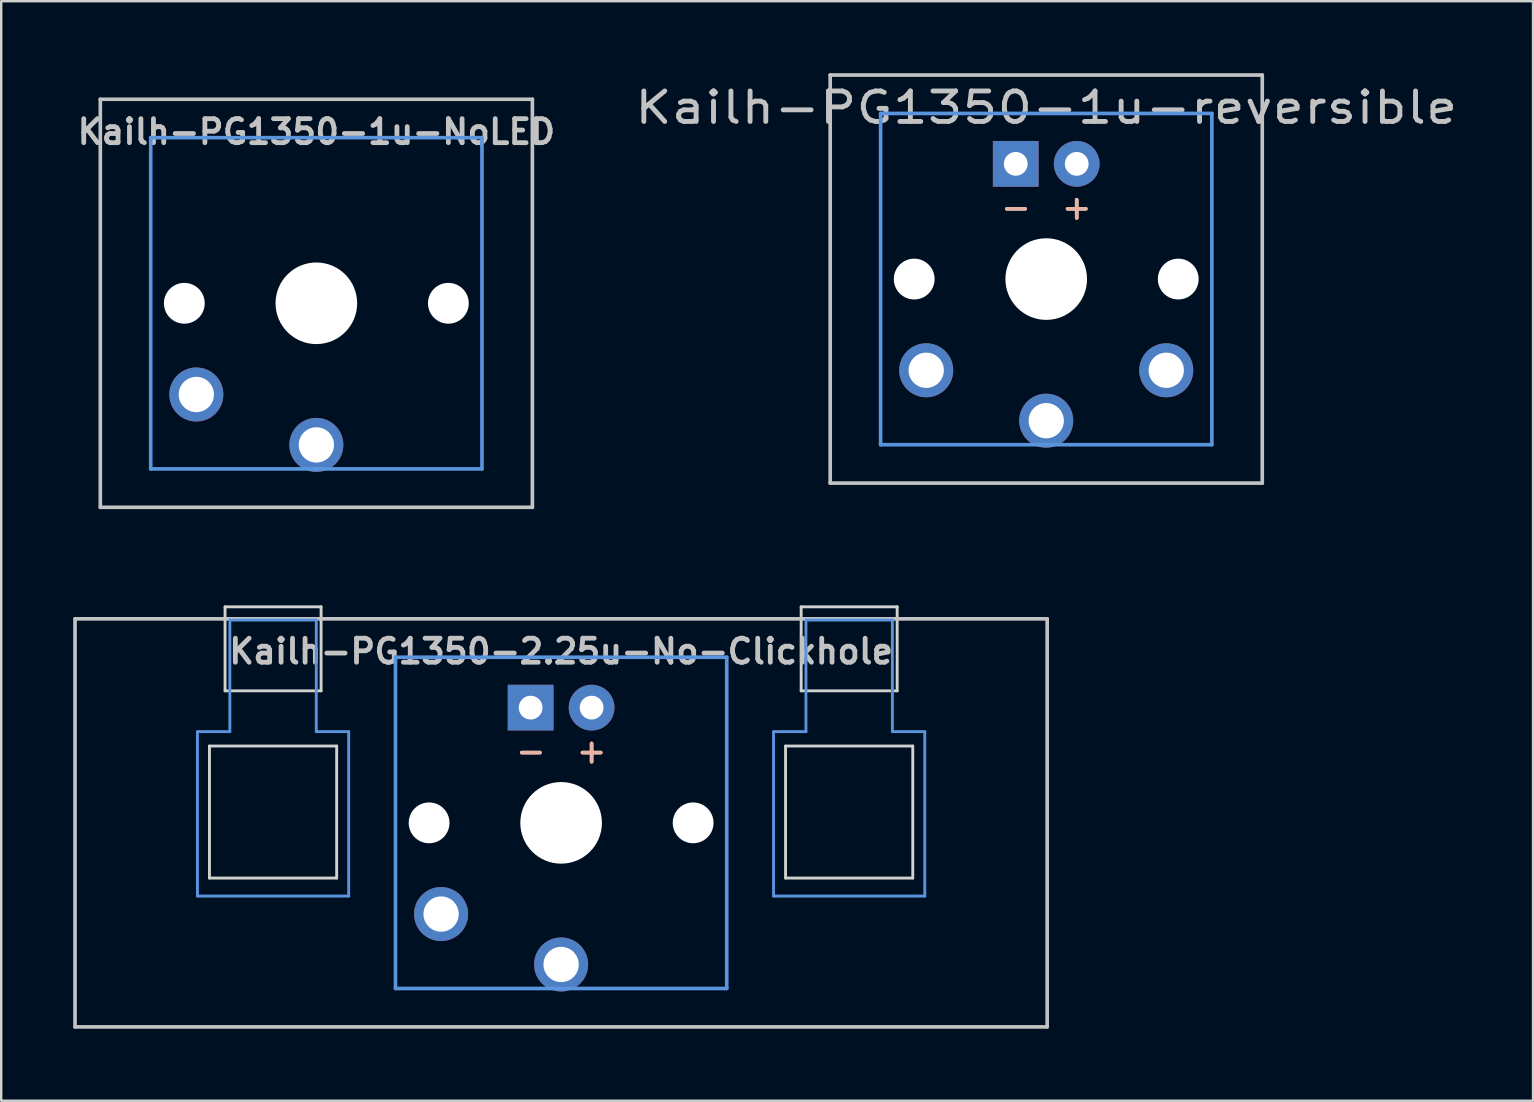
<source format=kicad_pcb>
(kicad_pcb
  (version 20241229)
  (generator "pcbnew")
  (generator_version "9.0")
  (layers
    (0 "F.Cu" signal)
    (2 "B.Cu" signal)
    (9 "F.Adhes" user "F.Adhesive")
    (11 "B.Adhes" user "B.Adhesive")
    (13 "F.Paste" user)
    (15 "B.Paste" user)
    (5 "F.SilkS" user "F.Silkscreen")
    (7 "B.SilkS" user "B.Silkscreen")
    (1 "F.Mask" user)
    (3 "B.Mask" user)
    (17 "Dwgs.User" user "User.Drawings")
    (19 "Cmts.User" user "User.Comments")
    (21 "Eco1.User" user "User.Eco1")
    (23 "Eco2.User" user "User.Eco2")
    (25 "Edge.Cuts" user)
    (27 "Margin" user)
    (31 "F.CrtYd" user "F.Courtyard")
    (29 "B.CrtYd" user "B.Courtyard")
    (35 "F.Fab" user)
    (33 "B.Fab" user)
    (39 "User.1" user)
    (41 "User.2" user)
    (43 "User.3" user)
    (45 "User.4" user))
  (footprint "Kailh-PG1350-1u-NoLED"
    (layer "F.Cu")
    (at 10.129 9.585)
    (property "Reference" "Kailh-PG1350-1u-NoLED" (at 0 -7.144 180) (layer "Dwgs.User") (effects (font (size 1 1) (thickness 0.2))))
    (attr through_hole)
    (fp_line (start -9 -8.5) (end 9 -8.5) (stroke (width 0.152) (type solid)) (layer "Dwgs.User"))
    (fp_line (start -9 8.5) (end -9 -8.5) (stroke (width 0.152) (type solid)) (layer "Dwgs.User"))
    (fp_line (start 9 -8.5) (end 9 8.5) (stroke (width 0.152) (type solid)) (layer "Dwgs.User"))
    (fp_line (start 9 8.5) (end -9 8.5) (stroke (width 0.152) (type solid)) (layer "Dwgs.User"))
    (fp_line (start -6.9 -6.9) (end 6.9 -6.9) (stroke (width 0.152) (type solid)) (layer "Cmts.User"))
    (fp_line (start -6.9 6.9) (end -6.9 -6.9) (stroke (width 0.152) (type solid)) (layer "Cmts.User"))
    (fp_line (start 6.9 -6.9) (end 6.9 6.9) (stroke (width 0.152) (type solid)) (layer "Cmts.User"))
    (fp_line (start 6.9 6.9) (end -6.9 6.9) (stroke (width 0.152) (type solid)) (layer "Cmts.User"))
    (fp_line (start -9.525 -9.525) (end -9.525 9.525) (stroke (width 0.12) (type solid)) (layer "Eco1.User"))
    (fp_line (start -9.525 -9.525) (end 9.525 -9.525) (stroke (width 0.12) (type solid)) (layer "Eco1.User"))
    (fp_line (start -9.525 9.525) (end 9.525 9.525) (stroke (width 0.12) (type solid)) (layer "Eco1.User"))
    (fp_line (start 9.525 -9.525) (end 9.525 9.525) (stroke (width 0.12) (type solid)) (layer "Eco1.User"))
    (fp_line (start -7.5 -7.5) (end 7.5 -7.5) (stroke (width 0.152) (type solid)) (layer "Eco2.User"))
    (fp_line (start -7.5 7.5) (end -7.5 -7.5) (stroke (width 0.152) (type solid)) (layer "Eco2.User"))
    (fp_line (start 7.5 -7.5) (end 7.5 7.5) (stroke (width 0.152) (type solid)) (layer "Eco2.User"))
    (fp_line (start 7.5 7.5) (end -7.5 7.5) (stroke (width 0.152) (type solid)) (layer "Eco2.User"))
    (pad "" np_thru_hole circle (at -5.5 0 180) (size 1.7 1.7) (drill 1.7) (layers "*.Cu" "*.Mask"))
    (pad "" np_thru_hole circle (at 0 0 180) (size 3.4 3.4) (drill 3.4) (layers "*.Cu" "*.Mask"))
    (pad "" np_thru_hole circle (at 5.5 0 180) (size 1.7 1.7) (drill 1.7) (layers "*.Cu" "*.Mask"))
    (pad "1" thru_hole circle (at 0 5.9 180) (size 2.25 2.25) (drill 1.47) (layers "*.Cu" "*.Mask"))
    (pad "2" thru_hole circle (at -5 3.8 41.9) (size 2.25 2.25) (drill 1.47) (layers "*.Cu" "*.Mask")))
  (footprint "Kailh-PG1350-1u-reversible"
    (layer "F.Cu")
    (at 40.536 8.576)
    (property "Reference" "Kailh-PG1350-1u-reversible" (at 0 -7.144 180) (layer "Dwgs.User") (effects (font (size 1.27 1.524) (thickness 0.203))))
    (attr through_hole)
    (fp_line (start -9 -8.5) (end 9 -8.5) (stroke (width 0.152) (type solid)) (layer "Dwgs.User"))
    (fp_line (start -9 8.5) (end -9 -8.5) (stroke (width 0.152) (type solid)) (layer "Dwgs.User"))
    (fp_line (start 9 -8.5) (end 9 8.5) (stroke (width 0.152) (type solid)) (layer "Dwgs.User"))
    (fp_line (start 9 8.5) (end -9 8.5) (stroke (width 0.152) (type solid)) (layer "Dwgs.User"))
    (fp_line (start -6.9 -6.9) (end 6.9 -6.9) (stroke (width 0.152) (type solid)) (layer "Cmts.User"))
    (fp_line (start -6.9 6.9) (end -6.9 -6.9) (stroke (width 0.152) (type solid)) (layer "Cmts.User"))
    (fp_line (start 6.9 -6.9) (end 6.9 6.9) (stroke (width 0.152) (type solid)) (layer "Cmts.User"))
    (fp_line (start 6.9 6.9) (end -6.9 6.9) (stroke (width 0.152) (type solid)) (layer "Cmts.User"))
    (fp_line (start -7.5 -7.5) (end 7.5 -7.5) (stroke (width 0.152) (type solid)) (layer "Eco2.User"))
    (fp_line (start -7.5 7.5) (end -7.5 -7.5) (stroke (width 0.152) (type solid)) (layer "Eco2.User"))
    (fp_line (start 7.5 -7.5) (end 7.5 7.5) (stroke (width 0.152) (type solid)) (layer "Eco2.User"))
    (fp_line (start 7.5 7.5) (end -7.5 7.5) (stroke (width 0.152) (type solid)) (layer "Eco2.User"))
    (fp_text user "+" (at 1.27 -3 180) (layer "F.SilkS") (effects (font (size 1 1) (thickness 0.15))))
    (fp_text user "-" (at -1.26 -3 180) (layer "F.SilkS") (effects (font (size 1 1) (thickness 0.15))))
    (fp_text user "-" (at -1.26 -3 180) (layer "B.SilkS") (effects (font (size 1 1) (thickness 0.15)) (justify mirror)))
    (fp_text user "+" (at 1.27 -3 180) (layer "B.SilkS") (effects (font (size 1 1) (thickness 0.15)) (justify mirror)))
    (pad "" np_thru_hole circle (at -5.5 0 180) (size 1.7 1.7) (drill 1.7) (layers "*.Cu" "*.Mask"))
    (pad "" np_thru_hole circle (at 0 0 180) (size 3.4 3.4) (drill 3.4) (layers "*.Cu" "*.Mask"))
    (pad "" np_thru_hole circle (at 5.5 0 180) (size 1.7 1.7) (drill 1.7) (layers "*.Cu" "*.Mask"))
    (pad "1" thru_hole circle (at 0 5.9 180) (size 2.25 2.25) (drill 1.47) (layers "*.Cu" "*.Mask"))
    (pad "2" thru_hole circle (at -5 3.8 41.9) (size 2.25 2.25) (drill 1.47) (layers "*.Cu" "B.Mask"))
    (pad "2" thru_hole circle (at 5 3.8 41.9) (size 2.25 2.25) (drill 1.47) (layers "*.Cu" "F.Mask"))
    (pad "3" thru_hole circle (at 1.27 -4.8 180) (size 1.905 1.905) (drill 0.991) (layers "*.Cu" "*.Mask"))
    (pad "4" thru_hole rect (at -1.27 -4.8 180) (size 1.905 1.905) (drill 0.991) (layers "*.Cu" "*.Mask")))
  (footprint "Kailh-PG1350-2.25u-No-Clickhole"
    (layer "F.Cu")
    (at 20.326 31.23)
    (property "Reference" "Kailh-PG1350-2.25u-No-Clickhole" (at 0 -7.144 180) (layer "Dwgs.User") (effects (font (size 1 1) (thickness 0.2))))
    (attr through_hole)
    (fp_line (start -20.25 -8.5) (end 20.25 -8.5) (stroke (width 0.152) (type solid)) (layer "Dwgs.User"))
    (fp_line (start -20.25 8.5) (end -20.25 -8.5) (stroke (width 0.152) (type solid)) (layer "Dwgs.User"))
    (fp_line (start 20.25 -8.5) (end 20.25 8.5) (stroke (width 0.152) (type solid)) (layer "Dwgs.User"))
    (fp_line (start 20.25 8.5) (end -20.25 8.5) (stroke (width 0.152) (type solid)) (layer "Dwgs.User"))
    (fp_line (start -15.15 -3.8) (end -13.8 -3.8) (stroke (width 0.12) (type solid)) (layer "Cmts.User"))
    (fp_line (start -15.15 3.05) (end -15.15 -3.8) (stroke (width 0.12) (type solid)) (layer "Cmts.User"))
    (fp_line (start -15.15 3.05) (end -8.85 3.05) (stroke (width 0.12) (type solid)) (layer "Cmts.User"))
    (fp_line (start -13.8 -8.45) (end -13.8 -3.8) (stroke (width 0.12) (type solid)) (layer "Cmts.User"))
    (fp_line (start -13.8 -8.45) (end -10.2 -8.45) (stroke (width 0.12) (type solid)) (layer "Cmts.User"))
    (fp_line (start -10.2 -8.45) (end -10.2 -3.8) (stroke (width 0.12) (type solid)) (layer "Cmts.User"))
    (fp_line (start -10.2 -3.8) (end -8.85 -3.8) (stroke (width 0.12) (type solid)) (layer "Cmts.User"))
    (fp_line (start -8.85 3.05) (end -8.85 -3.8) (stroke (width 0.12) (type solid)) (layer "Cmts.User"))
    (fp_line (start -6.9 -6.9) (end 6.9 -6.9) (stroke (width 0.152) (type solid)) (layer "Cmts.User"))
    (fp_line (start -6.9 6.9) (end -6.9 -6.9) (stroke (width 0.152) (type solid)) (layer "Cmts.User"))
    (fp_line (start 6.9 -6.9) (end 6.9 6.9) (stroke (width 0.152) (type solid)) (layer "Cmts.User"))
    (fp_line (start 6.9 6.9) (end -6.9 6.9) (stroke (width 0.152) (type solid)) (layer "Cmts.User"))
    (fp_line (start 8.85 -3.8) (end 10.2 -3.8) (stroke (width 0.12) (type solid)) (layer "Cmts.User"))
    (fp_line (start 8.85 3.05) (end 8.85 -3.8) (stroke (width 0.12) (type solid)) (layer "Cmts.User"))
    (fp_line (start 8.85 3.05) (end 15.15 3.05) (stroke (width 0.12) (type solid)) (layer "Cmts.User"))
    (fp_line (start 10.2 -8.45) (end 10.2 -3.8) (stroke (width 0.12) (type solid)) (layer "Cmts.User"))
    (fp_line (start 10.2 -8.45) (end 13.8 -8.45) (stroke (width 0.12) (type solid)) (layer "Cmts.User"))
    (fp_line (start 13.8 -8.45) (end 13.8 -3.8) (stroke (width 0.12) (type solid)) (layer "Cmts.User"))
    (fp_line (start 13.8 -3.8) (end 15.15 -3.8) (stroke (width 0.12) (type solid)) (layer "Cmts.User"))
    (fp_line (start 15.15 3.05) (end 15.15 -3.8) (stroke (width 0.12) (type solid)) (layer "Cmts.User"))
    (fp_line (start -7.5 -7.5) (end 7.5 -7.5) (stroke (width 0.152) (type solid)) (layer "Eco2.User"))
    (fp_line (start -7.5 7.5) (end -7.5 -7.5) (stroke (width 0.152) (type solid)) (layer "Eco2.User"))
    (fp_line (start 7.5 -7.5) (end 7.5 7.5) (stroke (width 0.152) (type solid)) (layer "Eco2.User"))
    (fp_line (start 7.5 7.5) (end -7.5 7.5) (stroke (width 0.152) (type solid)) (layer "Eco2.User"))
    (fp_line (start -14.65 -3.2) (end -14.65 2.3) (stroke (width 0.12) (type solid)) (layer "Edge.Cuts"))
    (fp_line (start -14.65 -3.2) (end -9.35 -3.2) (stroke (width 0.12) (type solid)) (layer "Edge.Cuts"))
    (fp_line (start -14.65 2.3) (end -9.35 2.3) (stroke (width 0.12) (type solid)) (layer "Edge.Cuts"))
    (fp_line (start -14 -9) (end -14 -5.5) (stroke (width 0.12) (type solid)) (layer "Edge.Cuts"))
    (fp_line (start -14 -9) (end -10 -9) (stroke (width 0.12) (type solid)) (layer "Edge.Cuts"))
    (fp_line (start -14 -5.5) (end -10 -5.5) (stroke (width 0.12) (type solid)) (layer "Edge.Cuts"))
    (fp_line (start -10 -5.5) (end -10 -9) (stroke (width 0.12) (type solid)) (layer "Edge.Cuts"))
    (fp_line (start -9.35 2.3) (end -9.35 -3.2) (stroke (width 0.12) (type solid)) (layer "Edge.Cuts"))
    (fp_line (start 9.35 -3.2) (end 9.35 2.3) (stroke (width 0.12) (type solid)) (layer "Edge.Cuts"))
    (fp_line (start 9.35 -3.2) (end 14.65 -3.2) (stroke (width 0.12) (type solid)) (layer "Edge.Cuts"))
    (fp_line (start 9.35 2.3) (end 14.65 2.3) (stroke (width 0.12) (type solid)) (layer "Edge.Cuts"))
    (fp_line (start 10 -9) (end 10 -5.5) (stroke (width 0.12) (type solid)) (layer "Edge.Cuts"))
    (fp_line (start 10 -9) (end 14 -9) (stroke (width 0.12) (type solid)) (layer "Edge.Cuts"))
    (fp_line (start 10 -5.5) (end 14 -5.5) (stroke (width 0.12) (type solid)) (layer "Edge.Cuts"))
    (fp_line (start 14 -5.5) (end 14 -9) (stroke (width 0.12) (type solid)) (layer "Edge.Cuts"))
    (fp_line (start 14.65 2.3) (end 14.65 -3.2) (stroke (width 0.12) (type solid)) (layer "Edge.Cuts"))
    (fp_text user "-" (at -1.26 -3 180) (layer "F.SilkS") (effects (font (size 1 1) (thickness 0.15))))
    (fp_text user "+" (at 1.27 -3 180) (layer "F.SilkS") (effects (font (size 1 1) (thickness 0.15))))
    (fp_text user "+" (at 1.27 -3 180) (layer "B.SilkS") (effects (font (size 1 1) (thickness 0.15)) (justify mirror)))
    (fp_text user "-" (at -1.26 -3 180) (layer "B.SilkS") (effects (font (size 1 1) (thickness 0.15)) (justify mirror)))
    (pad "" np_thru_hole circle (at -5.5 0 180) (size 1.7 1.7) (drill 1.7) (layers "*.Cu" "*.Mask"))
    (pad "" np_thru_hole circle (at 0 0 180) (size 3.4 3.4) (drill 3.4) (layers "*.Cu" "*.Mask"))
    (pad "" np_thru_hole circle (at 5.5 0 180) (size 1.7 1.7) (drill 1.7) (layers "*.Cu" "*.Mask"))
    (pad "1" thru_hole circle (at 0 5.9 180) (size 2.25 2.25) (drill 1.47) (layers "*.Cu" "*.Mask"))
    (pad "2" thru_hole circle (at -5 3.8 41.9) (size 2.25 2.25) (drill 1.47) (layers "*.Cu" "*.Mask"))
    (pad "3" thru_hole circle (at 1.27 -4.8 180) (size 1.905 1.905) (drill 0.991) (layers "*.Cu" "*.Mask"))
    (pad "4" thru_hole rect (at -1.27 -4.8 180) (size 1.905 1.905) (drill 0.991) (layers "*.Cu" "*.Mask")))
  (gr_rect
    (start -3 -3)
    (end 60.816 42.806)
    (stroke (width 0.1) (type default))
    (fill no)
    (layer "Edge.Cuts")))
</source>
